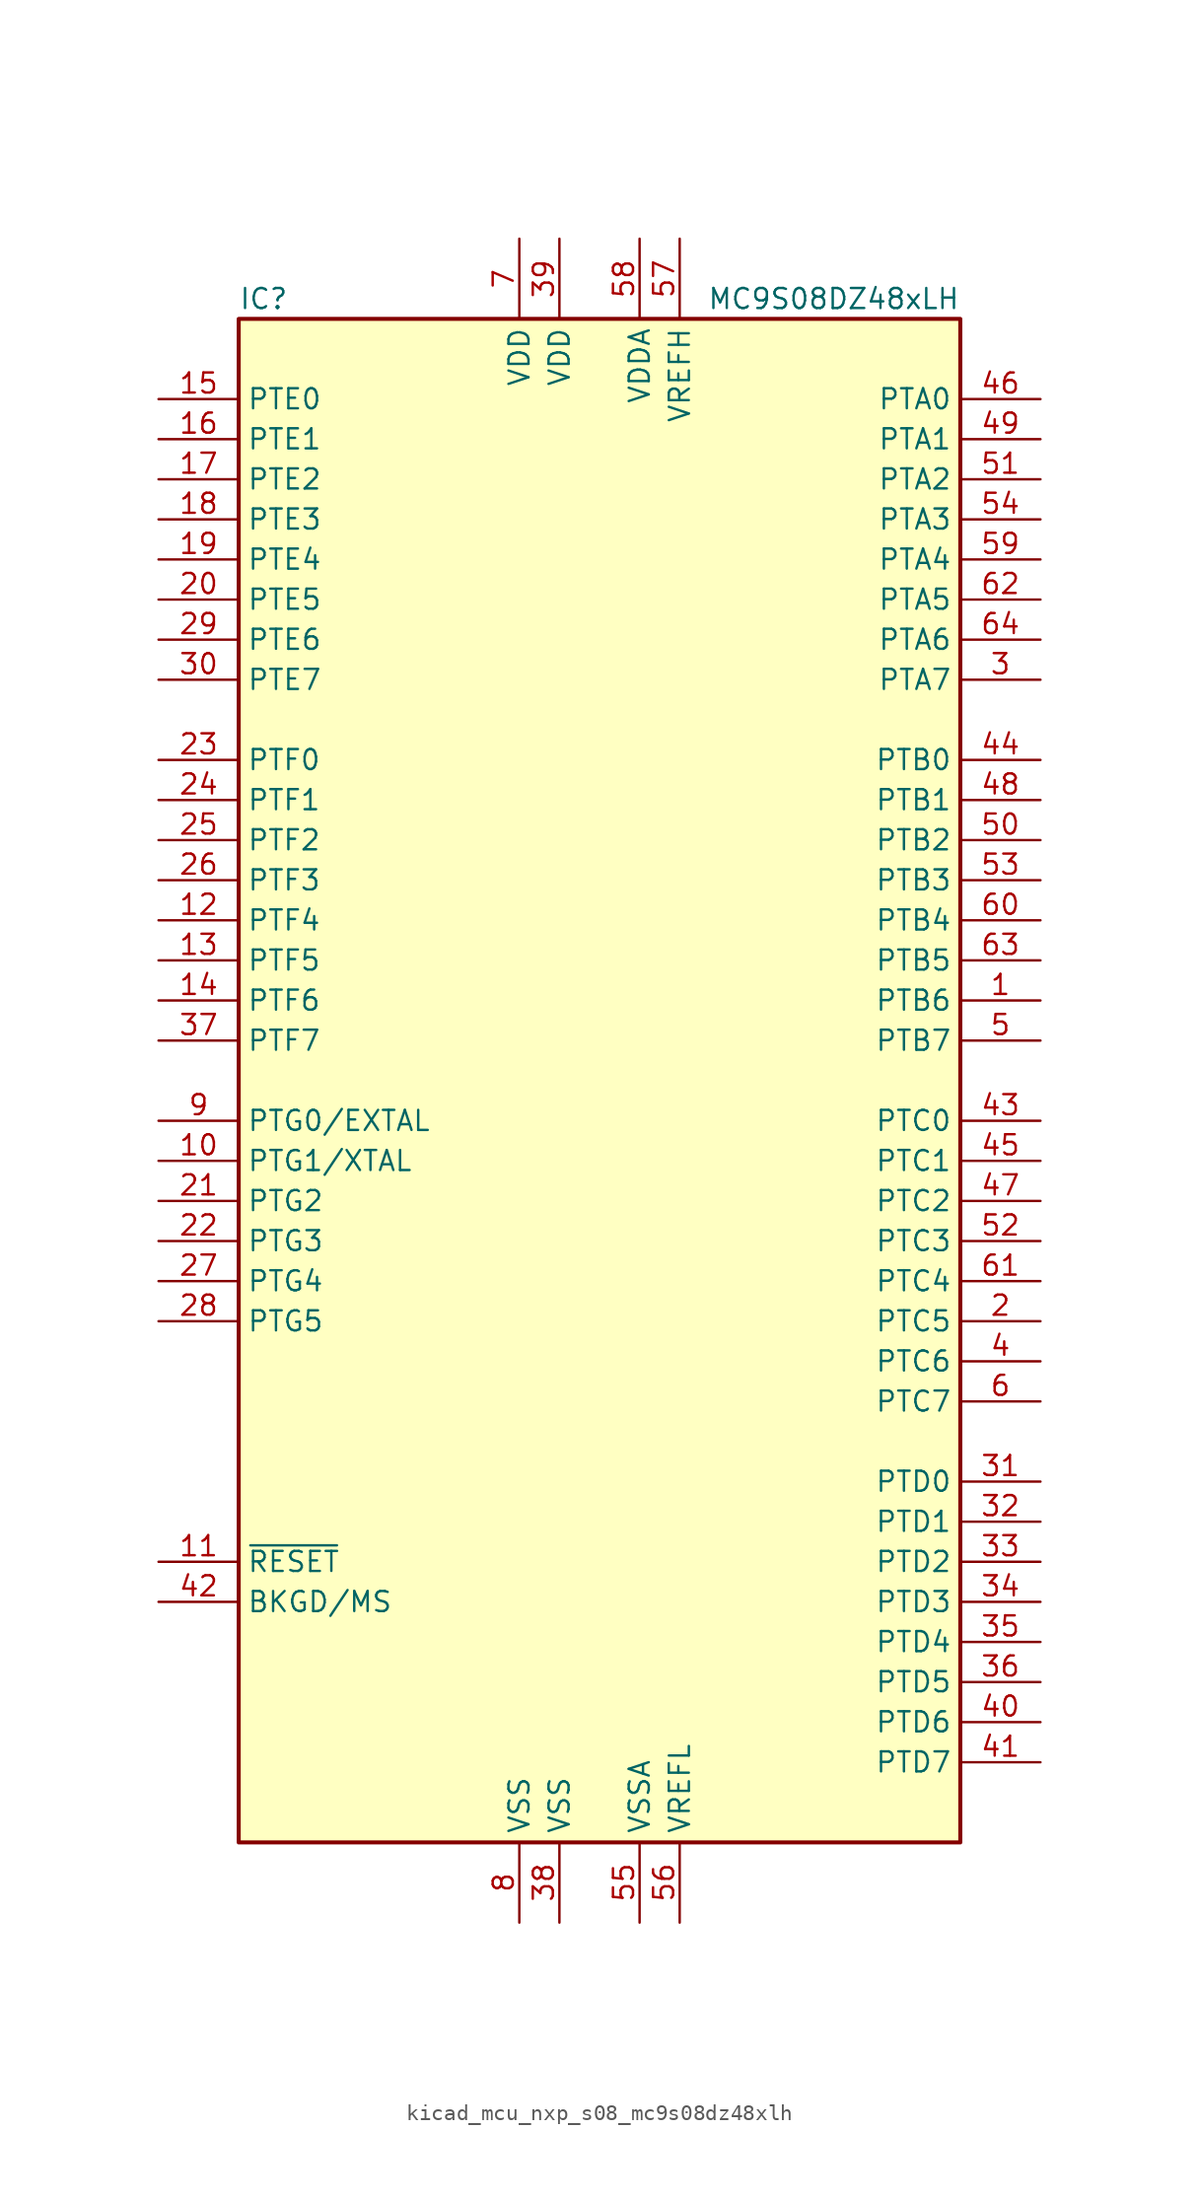
<source format=kicad_sym>
(kicad_symbol_lib
  (version 20220914)
  (generator kicad_symbol_editor)
  (symbol "kicad_mcu_nxp_s08_mc9s08dz48xlh"
    (property "Reference" "IC"
      (at -22.86 49.53 0)
      (effects (font (size 1.27 1.27)) (justify left)))
    (property "Value" "MC9S08DZ48xLH"
      (at 22.86 49.53 0)
      (effects (font (size 1.27 1.27)) (justify right)))
    (symbol "kicad_mcu_nxp_s08_mc9s08dz48xlh_0_1"
      (rectangle (start -22.86 48.26) (end 22.86 -48.26) (stroke (width 0.254) (type default)) (fill (type background))))
    (symbol "kicad_mcu_nxp_s08_mc9s08dz48xlh_1_1"
      (pin bidirectional line (at 27.94 5.08 180) (length 5.08) (name "PTB6" (effects (font (size 1.27 1.27)))) (number "1" (effects (font (size 1.27 1.27)))))
      (pin bidirectional line (at -27.94 -5.08 0) (length 5.08) (name "PTG1/XTAL" (effects (font (size 1.27 1.27)))) (number "10" (effects (font (size 1.27 1.27)))))
      (pin input line (at -27.94 -30.48 0) (length 5.08) (name "~{RESET}" (effects (font (size 1.27 1.27)))) (number "11" (effects (font (size 1.27 1.27)))))
      (pin bidirectional line (at -27.94 10.16 0) (length 5.08) (name "PTF4" (effects (font (size 1.27 1.27)))) (number "12" (effects (font (size 1.27 1.27)))))
      (pin bidirectional line (at -27.94 7.62 0) (length 5.08) (name "PTF5" (effects (font (size 1.27 1.27)))) (number "13" (effects (font (size 1.27 1.27)))))
      (pin bidirectional line (at -27.94 5.08 0) (length 5.08) (name "PTF6" (effects (font (size 1.27 1.27)))) (number "14" (effects (font (size 1.27 1.27)))))
      (pin bidirectional line (at -27.94 43.18 0) (length 5.08) (name "PTE0" (effects (font (size 1.27 1.27)))) (number "15" (effects (font (size 1.27 1.27)))))
      (pin bidirectional line (at -27.94 40.64 0) (length 5.08) (name "PTE1" (effects (font (size 1.27 1.27)))) (number "16" (effects (font (size 1.27 1.27)))))
      (pin bidirectional line (at -27.94 38.1 0) (length 5.08) (name "PTE2" (effects (font (size 1.27 1.27)))) (number "17" (effects (font (size 1.27 1.27)))))
      (pin bidirectional line (at -27.94 35.56 0) (length 5.08) (name "PTE3" (effects (font (size 1.27 1.27)))) (number "18" (effects (font (size 1.27 1.27)))))
      (pin bidirectional line (at -27.94 33.02 0) (length 5.08) (name "PTE4" (effects (font (size 1.27 1.27)))) (number "19" (effects (font (size 1.27 1.27)))))
      (pin bidirectional line (at 27.94 -15.24 180) (length 5.08) (name "PTC5" (effects (font (size 1.27 1.27)))) (number "2" (effects (font (size 1.27 1.27)))))
      (pin bidirectional line (at -27.94 30.48 0) (length 5.08) (name "PTE5" (effects (font (size 1.27 1.27)))) (number "20" (effects (font (size 1.27 1.27)))))
      (pin bidirectional line (at -27.94 -7.62 0) (length 5.08) (name "PTG2" (effects (font (size 1.27 1.27)))) (number "21" (effects (font (size 1.27 1.27)))))
      (pin bidirectional line (at -27.94 -10.16 0) (length 5.08) (name "PTG3" (effects (font (size 1.27 1.27)))) (number "22" (effects (font (size 1.27 1.27)))))
      (pin bidirectional line (at -27.94 20.32 0) (length 5.08) (name "PTF0" (effects (font (size 1.27 1.27)))) (number "23" (effects (font (size 1.27 1.27)))))
      (pin bidirectional line (at -27.94 17.78 0) (length 5.08) (name "PTF1" (effects (font (size 1.27 1.27)))) (number "24" (effects (font (size 1.27 1.27)))))
      (pin bidirectional line (at -27.94 15.24 0) (length 5.08) (name "PTF2" (effects (font (size 1.27 1.27)))) (number "25" (effects (font (size 1.27 1.27)))))
      (pin bidirectional line (at -27.94 12.7 0) (length 5.08) (name "PTF3" (effects (font (size 1.27 1.27)))) (number "26" (effects (font (size 1.27 1.27)))))
      (pin bidirectional line (at -27.94 -12.7 0) (length 5.08) (name "PTG4" (effects (font (size 1.27 1.27)))) (number "27" (effects (font (size 1.27 1.27)))))
      (pin bidirectional line (at -27.94 -15.24 0) (length 5.08) (name "PTG5" (effects (font (size 1.27 1.27)))) (number "28" (effects (font (size 1.27 1.27)))))
      (pin bidirectional line (at -27.94 27.94 0) (length 5.08) (name "PTE6" (effects (font (size 1.27 1.27)))) (number "29" (effects (font (size 1.27 1.27)))))
      (pin bidirectional line (at 27.94 25.4 180) (length 5.08) (name "PTA7" (effects (font (size 1.27 1.27)))) (number "3" (effects (font (size 1.27 1.27)))))
      (pin bidirectional line (at -27.94 25.4 0) (length 5.08) (name "PTE7" (effects (font (size 1.27 1.27)))) (number "30" (effects (font (size 1.27 1.27)))))
      (pin bidirectional line (at 27.94 -25.4 180) (length 5.08) (name "PTD0" (effects (font (size 1.27 1.27)))) (number "31" (effects (font (size 1.27 1.27)))))
      (pin bidirectional line (at 27.94 -27.94 180) (length 5.08) (name "PTD1" (effects (font (size 1.27 1.27)))) (number "32" (effects (font (size 1.27 1.27)))))
      (pin bidirectional line (at 27.94 -30.48 180) (length 5.08) (name "PTD2" (effects (font (size 1.27 1.27)))) (number "33" (effects (font (size 1.27 1.27)))))
      (pin bidirectional line (at 27.94 -33.02 180) (length 5.08) (name "PTD3" (effects (font (size 1.27 1.27)))) (number "34" (effects (font (size 1.27 1.27)))))
      (pin bidirectional line (at 27.94 -35.56 180) (length 5.08) (name "PTD4" (effects (font (size 1.27 1.27)))) (number "35" (effects (font (size 1.27 1.27)))))
      (pin bidirectional line (at 27.94 -38.1 180) (length 5.08) (name "PTD5" (effects (font (size 1.27 1.27)))) (number "36" (effects (font (size 1.27 1.27)))))
      (pin bidirectional line (at -27.94 2.54 0) (length 5.08) (name "PTF7" (effects (font (size 1.27 1.27)))) (number "37" (effects (font (size 1.27 1.27)))))
      (pin power_in line (at -2.54 -53.34 90) (length 5.08) (name "VSS" (effects (font (size 1.27 1.27)))) (number "38" (effects (font (size 1.27 1.27)))))
      (pin power_in line (at -2.54 53.34 270) (length 5.08) (name "VDD" (effects (font (size 1.27 1.27)))) (number "39" (effects (font (size 1.27 1.27)))))
      (pin bidirectional line (at 27.94 -17.78 180) (length 5.08) (name "PTC6" (effects (font (size 1.27 1.27)))) (number "4" (effects (font (size 1.27 1.27)))))
      (pin bidirectional line (at 27.94 -40.64 180) (length 5.08) (name "PTD6" (effects (font (size 1.27 1.27)))) (number "40" (effects (font (size 1.27 1.27)))))
      (pin bidirectional line (at 27.94 -43.18 180) (length 5.08) (name "PTD7" (effects (font (size 1.27 1.27)))) (number "41" (effects (font (size 1.27 1.27)))))
      (pin bidirectional line (at -27.94 -33.02 0) (length 5.08) (name "BKGD/MS" (effects (font (size 1.27 1.27)))) (number "42" (effects (font (size 1.27 1.27)))))
      (pin bidirectional line (at 27.94 -2.54 180) (length 5.08) (name "PTC0" (effects (font (size 1.27 1.27)))) (number "43" (effects (font (size 1.27 1.27)))))
      (pin bidirectional line (at 27.94 20.32 180) (length 5.08) (name "PTB0" (effects (font (size 1.27 1.27)))) (number "44" (effects (font (size 1.27 1.27)))))
      (pin bidirectional line (at 27.94 -5.08 180) (length 5.08) (name "PTC1" (effects (font (size 1.27 1.27)))) (number "45" (effects (font (size 1.27 1.27)))))
      (pin bidirectional line (at 27.94 43.18 180) (length 5.08) (name "PTA0" (effects (font (size 1.27 1.27)))) (number "46" (effects (font (size 1.27 1.27)))))
      (pin bidirectional line (at 27.94 -7.62 180) (length 5.08) (name "PTC2" (effects (font (size 1.27 1.27)))) (number "47" (effects (font (size 1.27 1.27)))))
      (pin bidirectional line (at 27.94 17.78 180) (length 5.08) (name "PTB1" (effects (font (size 1.27 1.27)))) (number "48" (effects (font (size 1.27 1.27)))))
      (pin bidirectional line (at 27.94 40.64 180) (length 5.08) (name "PTA1" (effects (font (size 1.27 1.27)))) (number "49" (effects (font (size 1.27 1.27)))))
      (pin bidirectional line (at 27.94 2.54 180) (length 5.08) (name "PTB7" (effects (font (size 1.27 1.27)))) (number "5" (effects (font (size 1.27 1.27)))))
      (pin bidirectional line (at 27.94 15.24 180) (length 5.08) (name "PTB2" (effects (font (size 1.27 1.27)))) (number "50" (effects (font (size 1.27 1.27)))))
      (pin bidirectional line (at 27.94 38.1 180) (length 5.08) (name "PTA2" (effects (font (size 1.27 1.27)))) (number "51" (effects (font (size 1.27 1.27)))))
      (pin bidirectional line (at 27.94 -10.16 180) (length 5.08) (name "PTC3" (effects (font (size 1.27 1.27)))) (number "52" (effects (font (size 1.27 1.27)))))
      (pin bidirectional line (at 27.94 12.7 180) (length 5.08) (name "PTB3" (effects (font (size 1.27 1.27)))) (number "53" (effects (font (size 1.27 1.27)))))
      (pin bidirectional line (at 27.94 35.56 180) (length 5.08) (name "PTA3" (effects (font (size 1.27 1.27)))) (number "54" (effects (font (size 1.27 1.27)))))
      (pin power_in line (at 2.54 -53.34 90) (length 5.08) (name "VSSA" (effects (font (size 1.27 1.27)))) (number "55" (effects (font (size 1.27 1.27)))))
      (pin power_in line (at 5.08 -53.34 90) (length 5.08) (name "VREFL" (effects (font (size 1.27 1.27)))) (number "56" (effects (font (size 1.27 1.27)))))
      (pin power_in line (at 5.08 53.34 270) (length 5.08) (name "VREFH" (effects (font (size 1.27 1.27)))) (number "57" (effects (font (size 1.27 1.27)))))
      (pin power_in line (at 2.54 53.34 270) (length 5.08) (name "VDDA" (effects (font (size 1.27 1.27)))) (number "58" (effects (font (size 1.27 1.27)))))
      (pin bidirectional line (at 27.94 33.02 180) (length 5.08) (name "PTA4" (effects (font (size 1.27 1.27)))) (number "59" (effects (font (size 1.27 1.27)))))
      (pin bidirectional line (at 27.94 -20.32 180) (length 5.08) (name "PTC7" (effects (font (size 1.27 1.27)))) (number "6" (effects (font (size 1.27 1.27)))))
      (pin bidirectional line (at 27.94 10.16 180) (length 5.08) (name "PTB4" (effects (font (size 1.27 1.27)))) (number "60" (effects (font (size 1.27 1.27)))))
      (pin bidirectional line (at 27.94 -12.7 180) (length 5.08) (name "PTC4" (effects (font (size 1.27 1.27)))) (number "61" (effects (font (size 1.27 1.27)))))
      (pin bidirectional line (at 27.94 30.48 180) (length 5.08) (name "PTA5" (effects (font (size 1.27 1.27)))) (number "62" (effects (font (size 1.27 1.27)))))
      (pin bidirectional line (at 27.94 7.62 180) (length 5.08) (name "PTB5" (effects (font (size 1.27 1.27)))) (number "63" (effects (font (size 1.27 1.27)))))
      (pin bidirectional line (at 27.94 27.94 180) (length 5.08) (name "PTA6" (effects (font (size 1.27 1.27)))) (number "64" (effects (font (size 1.27 1.27)))))
      (pin power_in line (at -5.08 53.34 270) (length 5.08) (name "VDD" (effects (font (size 1.27 1.27)))) (number "7" (effects (font (size 1.27 1.27)))))
      (pin power_in line (at -5.08 -53.34 90) (length 5.08) (name "VSS" (effects (font (size 1.27 1.27)))) (number "8" (effects (font (size 1.27 1.27)))))
      (pin bidirectional line (at -27.94 -2.54 0) (length 5.08) (name "PTG0/EXTAL" (effects (font (size 1.27 1.27)))) (number "9" (effects (font (size 1.27 1.27))))))))
</source>
